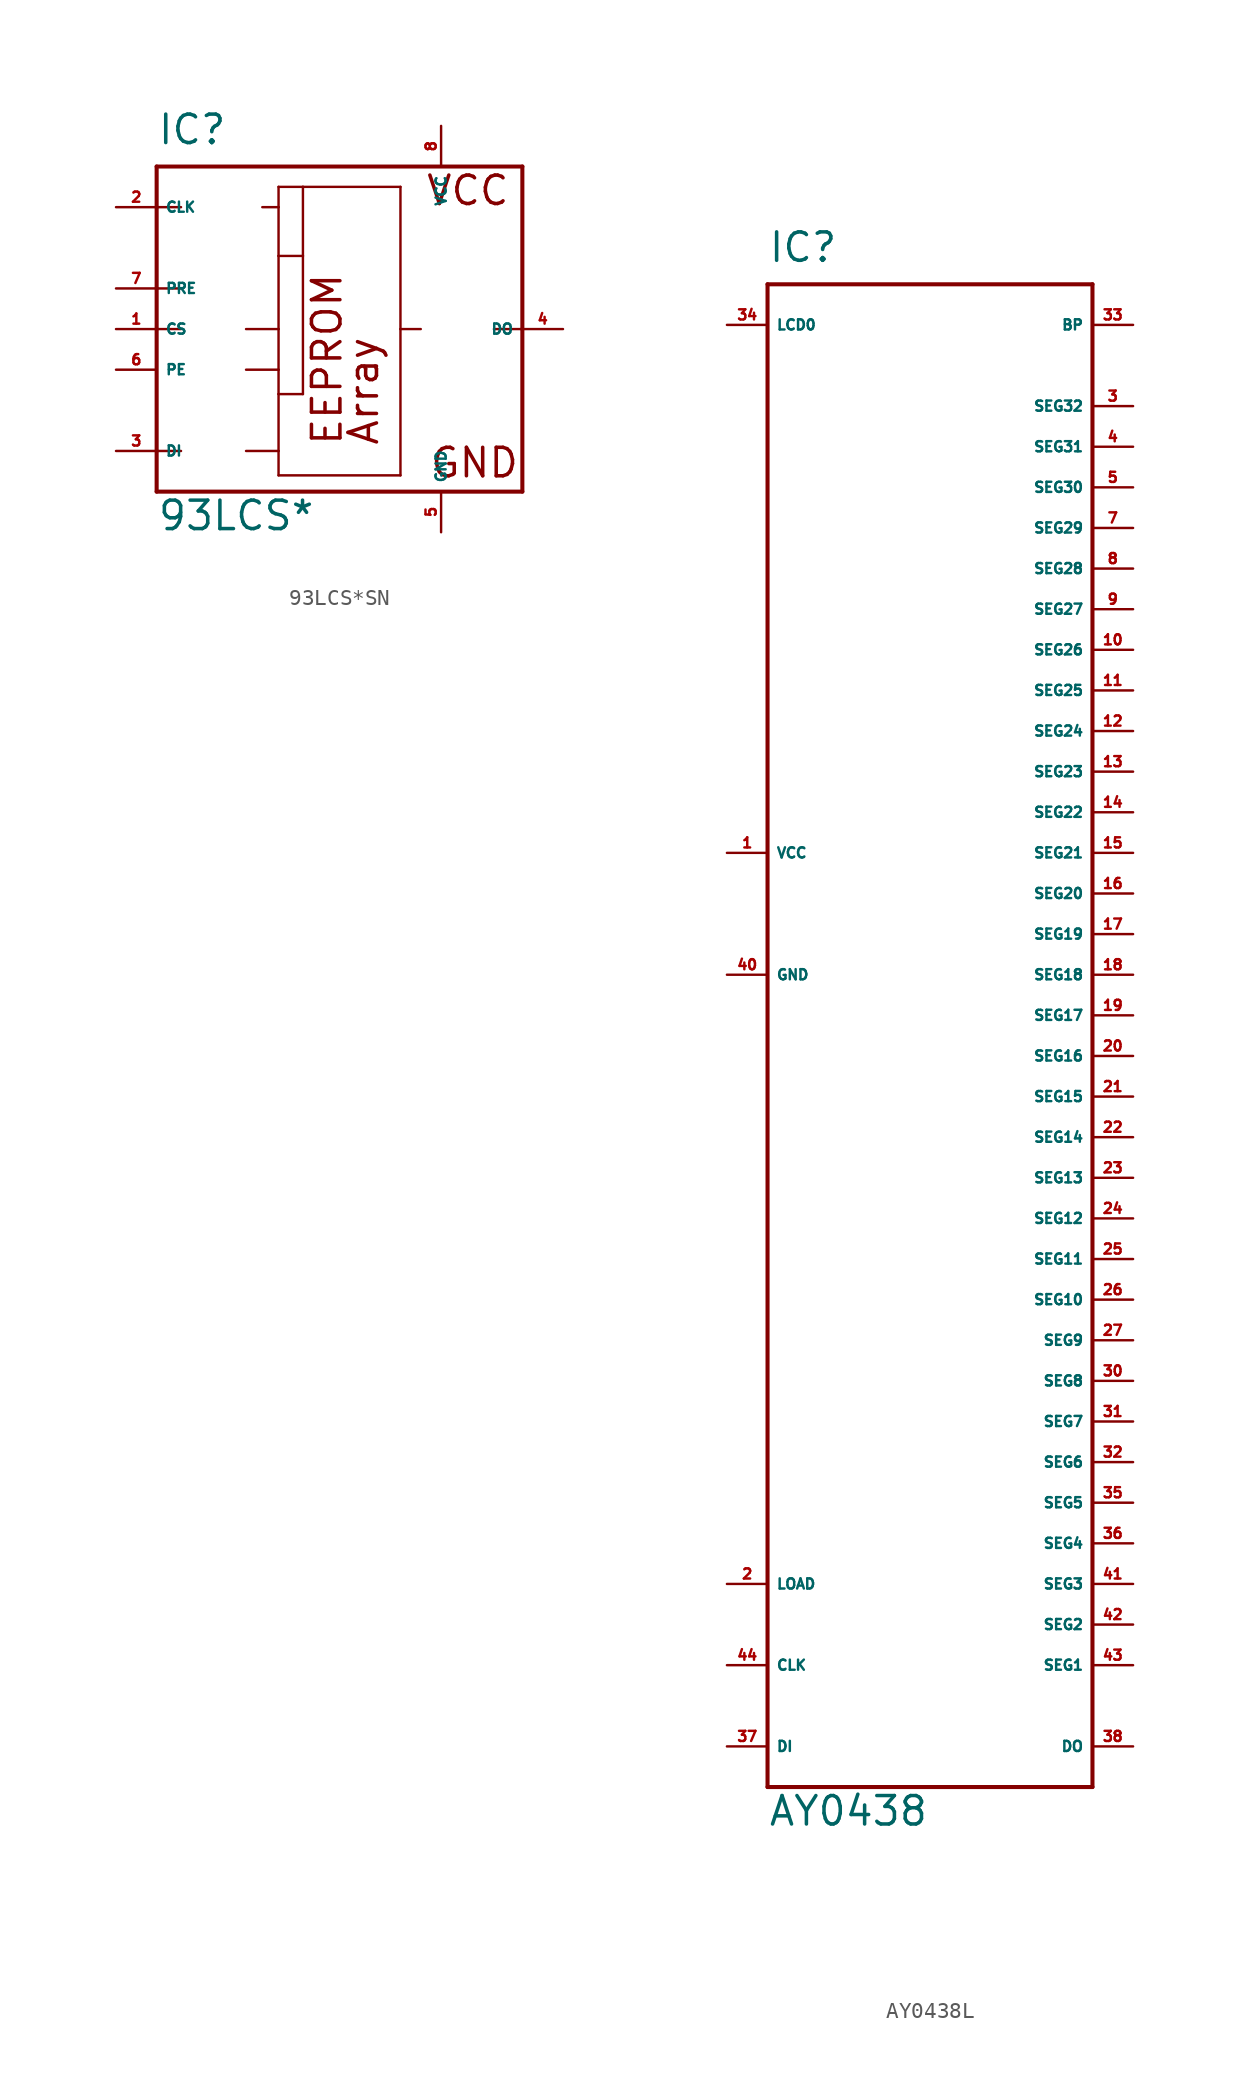
<source format=kicad_sym>
(kicad_symbol_lib
  (version 20220914)
  (generator Eagle2Kicad)
  (symbol "93LCS*SN"
    (property "Reference" "IC"
      (at -10.16 11.43 0)
      (effects (font (size 1.778 1.778) (thickness 0.22)) (justify left bottom)))
    (property "Value" "93LCS*"
      (at -10.16 -12.7 0)
      (effects (font (size 1.778 1.778) (thickness 0.22)) (justify left bottom)))
    (polyline
      (pts (xy -10.16 10.16) (xy 12.7 10.16))
      (stroke (width 0.254) (type default))
      (fill (type none)))
    (polyline
      (pts (xy 12.7 10.16) (xy 12.7 0))
      (stroke (width 0.254) (type default))
      (fill (type none)))
    (polyline
      (pts (xy 12.7 0) (xy 12.7 -10.16))
      (stroke (width 0.254) (type default))
      (fill (type none)))
    (polyline
      (pts (xy 12.7 -10.16) (xy -10.16 -10.16))
      (stroke (width 0.254) (type default))
      (fill (type none)))
    (polyline
      (pts (xy -10.16 -10.16) (xy -10.16 -7.62))
      (stroke (width 0.254) (type default))
      (fill (type none)))
    (polyline
      (pts (xy -10.16 -7.62) (xy -10.16 0))
      (stroke (width 0.254) (type default))
      (fill (type none)))
    (polyline
      (pts (xy -10.16 0) (xy -10.16 2.54))
      (stroke (width 0.254) (type default))
      (fill (type none)))
    (polyline
      (pts (xy -10.16 2.54) (xy -10.16 7.62))
      (stroke (width 0.254) (type default))
      (fill (type none)))
    (polyline
      (pts (xy -10.16 7.62) (xy -10.16 10.16))
      (stroke (width 0.254) (type default))
      (fill (type none)))
    (polyline
      (pts (xy -2.54 8.89) (xy -1.016 8.89))
      (stroke (width 0.152) (type default))
      (fill (type none)))
    (polyline
      (pts (xy -1.016 8.89) (xy 5.08 8.89))
      (stroke (width 0.152) (type default))
      (fill (type none)))
    (polyline
      (pts (xy 5.08 8.89) (xy 5.08 0))
      (stroke (width 0.152) (type default))
      (fill (type none)))
    (polyline
      (pts (xy 5.08 0) (xy 5.08 -9.144))
      (stroke (width 0.152) (type default))
      (fill (type none)))
    (polyline
      (pts (xy 5.08 -9.144) (xy -2.54 -9.144))
      (stroke (width 0.152) (type default))
      (fill (type none)))
    (polyline
      (pts (xy -2.54 -9.144) (xy -2.54 -7.62))
      (stroke (width 0.152) (type default))
      (fill (type none)))
    (polyline
      (pts (xy -2.54 -7.62) (xy -2.54 -4.064))
      (stroke (width 0.152) (type default))
      (fill (type none)))
    (polyline
      (pts (xy -2.54 -4.064) (xy -2.54 -2.54))
      (stroke (width 0.152) (type default))
      (fill (type none)))
    (polyline
      (pts (xy -2.54 -2.54) (xy -2.54 0))
      (stroke (width 0.152) (type default))
      (fill (type none)))
    (polyline
      (pts (xy -2.54 0) (xy -2.54 4.572))
      (stroke (width 0.152) (type default))
      (fill (type none)))
    (polyline
      (pts (xy -2.54 4.572) (xy -2.54 7.62))
      (stroke (width 0.152) (type default))
      (fill (type none)))
    (polyline
      (pts (xy -2.54 7.62) (xy -2.54 8.89))
      (stroke (width 0.152) (type default))
      (fill (type none)))
    (polyline
      (pts (xy -10.16 0) (xy -8.636 0))
      (stroke (width 0.152) (type default))
      (fill (type none)))
    (polyline
      (pts (xy -10.16 -7.62) (xy -8.636 -7.62))
      (stroke (width 0.152) (type default))
      (fill (type none)))
    (polyline
      (pts (xy -10.16 7.62) (xy -8.636 7.62))
      (stroke (width 0.152) (type default))
      (fill (type none)))
    (polyline
      (pts (xy -3.556 7.62) (xy -2.54 7.62))
      (stroke (width 0.152) (type default))
      (fill (type none)))
    (polyline
      (pts (xy 12.7 0) (xy 10.922 0))
      (stroke (width 0.152) (type default))
      (fill (type none)))
    (polyline
      (pts (xy 6.35 0) (xy 5.08 0))
      (stroke (width 0.152) (type default))
      (fill (type none)))
    (polyline
      (pts (xy -1.016 4.572) (xy -1.016 -4.064))
      (stroke (width 0.152) (type default))
      (fill (type none)))
    (polyline
      (pts (xy -10.16 2.54) (xy -8.636 2.54))
      (stroke (width 0.152) (type default))
      (fill (type none)))
    (polyline
      (pts (xy -4.572 0) (xy -2.54 0))
      (stroke (width 0.152) (type default))
      (fill (type none)))
    (polyline
      (pts (xy -2.54 4.572) (xy -1.016 4.572))
      (stroke (width 0.152) (type default))
      (fill (type none)))
    (polyline
      (pts (xy -4.572 -2.54) (xy -2.54 -2.54))
      (stroke (width 0.152) (type default))
      (fill (type none)))
    (polyline
      (pts (xy -2.54 -4.064) (xy -1.016 -4.064))
      (stroke (width 0.152) (type default))
      (fill (type none)))
    (polyline
      (pts (xy -1.016 8.89) (xy -1.016 4.572))
      (stroke (width 0.152) (type default))
      (fill (type none)))
    (polyline
      (pts (xy -4.572 -7.62) (xy -2.54 -7.62))
      (stroke (width 0.152) (type default))
      (fill (type none)))
    (text "Array"
      (at 3.81 -7.366 900)
      (effects (font (size 1.778 1.778) (thickness 0.22)) (justify left bottom)))
    (text "VCC"
      (at 6.604 7.62 0)
      (effects (font (size 1.778 1.778) (thickness 0.22)) (justify left bottom)))
    (text "GND"
      (at 6.858 -9.398 0)
      (effects (font (size 1.778 1.778) (thickness 0.22)) (justify left bottom)))
    (text "EEPROM"
      (at 1.524 -7.366 900)
      (effects (font (size 1.778 1.778) (thickness 0.22)) (justify left bottom)))
    (pin unspecified line
      (at 7.62 12.7 270)
      (length 2.54)
      (name "VCC" (effects (font (size 0.635 0.635) (thickness 0.08)) (justify left bottom)))
      (number "8" (effects (font (size 0.635 0.635) (thickness 0.08)) (justify left bottom))))
    (pin unspecified line
      (at 7.62 -12.7 90)
      (length 2.54)
      (name "GND" (effects (font (size 0.635 0.635) (thickness 0.08)) (justify left bottom)))
      (number "5" (effects (font (size 0.635 0.635) (thickness 0.08)) (justify left bottom))))
    (pin input line
      (at -12.7 7.62 0)
      (length 2.54)
      (name "CLK" (effects (font (size 0.635 0.635) (thickness 0.08)) (justify left bottom)))
      (number "2" (effects (font (size 0.635 0.635) (thickness 0.08)) (justify left bottom))))
    (pin tri_state line
      (at 15.24 0 180)
      (length 2.54)
      (name "DO" (effects (font (size 0.635 0.635) (thickness 0.08)) (justify left bottom)))
      (number "4" (effects (font (size 0.635 0.635) (thickness 0.08)) (justify left bottom))))
    (pin input line
      (at -12.7 2.54 0)
      (length 2.54)
      (name "PRE" (effects (font (size 0.635 0.635) (thickness 0.08)) (justify left bottom)))
      (number "7" (effects (font (size 0.635 0.635) (thickness 0.08)) (justify left bottom))))
    (pin input line
      (at -12.7 -2.54 0)
      (length 2.54)
      (name "PE" (effects (font (size 0.635 0.635) (thickness 0.08)) (justify left bottom)))
      (number "6" (effects (font (size 0.635 0.635) (thickness 0.08)) (justify left bottom))))
    (pin input line
      (at -12.7 -7.62 0)
      (length 2.54)
      (name "DI" (effects (font (size 0.635 0.635) (thickness 0.08)) (justify left bottom)))
      (number "3" (effects (font (size 0.635 0.635) (thickness 0.08)) (justify left bottom))))
    (pin input line
      (at -12.7 0 0)
      (length 2.54)
      (name "CS" (effects (font (size 0.635 0.635) (thickness 0.08)) (justify left bottom)))
      (number "1" (effects (font (size 0.635 0.635) (thickness 0.08)) (justify left bottom)))))
  (symbol "AY0438L"
    (property "Reference" "IC"
      (at -10.16 46.99 0)
      (effects (font (size 1.778 1.778) (thickness 0.22)) (justify left bottom)))
    (property "Value" "AY0438"
      (at -10.16 -50.8 0)
      (effects (font (size 1.778 1.778) (thickness 0.22)) (justify left bottom)))
    (polyline
      (pts (xy 10.16 45.72) (xy -10.16 45.72))
      (stroke (width 0.254) (type default))
      (fill (type none)))
    (polyline
      (pts (xy -10.16 45.72) (xy -10.16 -48.26))
      (stroke (width 0.254) (type default))
      (fill (type none)))
    (polyline
      (pts (xy -10.16 -48.26) (xy 10.16 -48.26))
      (stroke (width 0.254) (type default))
      (fill (type none)))
    (polyline
      (pts (xy 10.16 -48.26) (xy 10.16 45.72))
      (stroke (width 0.254) (type default))
      (fill (type none)))
    (pin output line
      (at 12.7 -40.64 180)
      (length 2.54)
      (name "SEG1" (effects (font (size 0.635 0.635) (thickness 0.08)) (justify left bottom)))
      (number "43" (effects (font (size 0.635 0.635) (thickness 0.08)) (justify left bottom))))
    (pin output line
      (at 12.7 -38.1 180)
      (length 2.54)
      (name "SEG2" (effects (font (size 0.635 0.635) (thickness 0.08)) (justify left bottom)))
      (number "42" (effects (font (size 0.635 0.635) (thickness 0.08)) (justify left bottom))))
    (pin output line
      (at 12.7 -35.56 180)
      (length 2.54)
      (name "SEG3" (effects (font (size 0.635 0.635) (thickness 0.08)) (justify left bottom)))
      (number "41" (effects (font (size 0.635 0.635) (thickness 0.08)) (justify left bottom))))
    (pin output line
      (at 12.7 -33.02 180)
      (length 2.54)
      (name "SEG4" (effects (font (size 0.635 0.635) (thickness 0.08)) (justify left bottom)))
      (number "36" (effects (font (size 0.635 0.635) (thickness 0.08)) (justify left bottom))))
    (pin output line
      (at 12.7 -30.48 180)
      (length 2.54)
      (name "SEG5" (effects (font (size 0.635 0.635) (thickness 0.08)) (justify left bottom)))
      (number "35" (effects (font (size 0.635 0.635) (thickness 0.08)) (justify left bottom))))
    (pin output line
      (at 12.7 -27.94 180)
      (length 2.54)
      (name "SEG6" (effects (font (size 0.635 0.635) (thickness 0.08)) (justify left bottom)))
      (number "32" (effects (font (size 0.635 0.635) (thickness 0.08)) (justify left bottom))))
    (pin output line
      (at 12.7 -25.4 180)
      (length 2.54)
      (name "SEG7" (effects (font (size 0.635 0.635) (thickness 0.08)) (justify left bottom)))
      (number "31" (effects (font (size 0.635 0.635) (thickness 0.08)) (justify left bottom))))
    (pin output line
      (at 12.7 -22.86 180)
      (length 2.54)
      (name "SEG8" (effects (font (size 0.635 0.635) (thickness 0.08)) (justify left bottom)))
      (number "30" (effects (font (size 0.635 0.635) (thickness 0.08)) (justify left bottom))))
    (pin output line
      (at 12.7 -20.32 180)
      (length 2.54)
      (name "SEG9" (effects (font (size 0.635 0.635) (thickness 0.08)) (justify left bottom)))
      (number "27" (effects (font (size 0.635 0.635) (thickness 0.08)) (justify left bottom))))
    (pin output line
      (at 12.7 -17.78 180)
      (length 2.54)
      (name "SEG10" (effects (font (size 0.635 0.635) (thickness 0.08)) (justify left bottom)))
      (number "26" (effects (font (size 0.635 0.635) (thickness 0.08)) (justify left bottom))))
    (pin output line
      (at 12.7 -15.24 180)
      (length 2.54)
      (name "SEG11" (effects (font (size 0.635 0.635) (thickness 0.08)) (justify left bottom)))
      (number "25" (effects (font (size 0.635 0.635) (thickness 0.08)) (justify left bottom))))
    (pin output line
      (at 12.7 -12.7 180)
      (length 2.54)
      (name "SEG12" (effects (font (size 0.635 0.635) (thickness 0.08)) (justify left bottom)))
      (number "24" (effects (font (size 0.635 0.635) (thickness 0.08)) (justify left bottom))))
    (pin output line
      (at 12.7 -10.16 180)
      (length 2.54)
      (name "SEG13" (effects (font (size 0.635 0.635) (thickness 0.08)) (justify left bottom)))
      (number "23" (effects (font (size 0.635 0.635) (thickness 0.08)) (justify left bottom))))
    (pin output line
      (at 12.7 -7.62 180)
      (length 2.54)
      (name "SEG14" (effects (font (size 0.635 0.635) (thickness 0.08)) (justify left bottom)))
      (number "22" (effects (font (size 0.635 0.635) (thickness 0.08)) (justify left bottom))))
    (pin output line
      (at 12.7 -5.08 180)
      (length 2.54)
      (name "SEG15" (effects (font (size 0.635 0.635) (thickness 0.08)) (justify left bottom)))
      (number "21" (effects (font (size 0.635 0.635) (thickness 0.08)) (justify left bottom))))
    (pin output line
      (at 12.7 -2.54 180)
      (length 2.54)
      (name "SEG16" (effects (font (size 0.635 0.635) (thickness 0.08)) (justify left bottom)))
      (number "20" (effects (font (size 0.635 0.635) (thickness 0.08)) (justify left bottom))))
    (pin output line
      (at 12.7 0 180)
      (length 2.54)
      (name "SEG17" (effects (font (size 0.635 0.635) (thickness 0.08)) (justify left bottom)))
      (number "19" (effects (font (size 0.635 0.635) (thickness 0.08)) (justify left bottom))))
    (pin output line
      (at 12.7 2.54 180)
      (length 2.54)
      (name "SEG18" (effects (font (size 0.635 0.635) (thickness 0.08)) (justify left bottom)))
      (number "18" (effects (font (size 0.635 0.635) (thickness 0.08)) (justify left bottom))))
    (pin output line
      (at 12.7 5.08 180)
      (length 2.54)
      (name "SEG19" (effects (font (size 0.635 0.635) (thickness 0.08)) (justify left bottom)))
      (number "17" (effects (font (size 0.635 0.635) (thickness 0.08)) (justify left bottom))))
    (pin output line
      (at 12.7 7.62 180)
      (length 2.54)
      (name "SEG20" (effects (font (size 0.635 0.635) (thickness 0.08)) (justify left bottom)))
      (number "16" (effects (font (size 0.635 0.635) (thickness 0.08)) (justify left bottom))))
    (pin output line
      (at 12.7 10.16 180)
      (length 2.54)
      (name "SEG21" (effects (font (size 0.635 0.635) (thickness 0.08)) (justify left bottom)))
      (number "15" (effects (font (size 0.635 0.635) (thickness 0.08)) (justify left bottom))))
    (pin output line
      (at 12.7 12.7 180)
      (length 2.54)
      (name "SEG22" (effects (font (size 0.635 0.635) (thickness 0.08)) (justify left bottom)))
      (number "14" (effects (font (size 0.635 0.635) (thickness 0.08)) (justify left bottom))))
    (pin output line
      (at 12.7 15.24 180)
      (length 2.54)
      (name "SEG23" (effects (font (size 0.635 0.635) (thickness 0.08)) (justify left bottom)))
      (number "13" (effects (font (size 0.635 0.635) (thickness 0.08)) (justify left bottom))))
    (pin output line
      (at 12.7 17.78 180)
      (length 2.54)
      (name "SEG24" (effects (font (size 0.635 0.635) (thickness 0.08)) (justify left bottom)))
      (number "12" (effects (font (size 0.635 0.635) (thickness 0.08)) (justify left bottom))))
    (pin output line
      (at 12.7 20.32 180)
      (length 2.54)
      (name "SEG25" (effects (font (size 0.635 0.635) (thickness 0.08)) (justify left bottom)))
      (number "11" (effects (font (size 0.635 0.635) (thickness 0.08)) (justify left bottom))))
    (pin output line
      (at 12.7 22.86 180)
      (length 2.54)
      (name "SEG26" (effects (font (size 0.635 0.635) (thickness 0.08)) (justify left bottom)))
      (number "10" (effects (font (size 0.635 0.635) (thickness 0.08)) (justify left bottom))))
    (pin output line
      (at 12.7 25.4 180)
      (length 2.54)
      (name "SEG27" (effects (font (size 0.635 0.635) (thickness 0.08)) (justify left bottom)))
      (number "9" (effects (font (size 0.635 0.635) (thickness 0.08)) (justify left bottom))))
    (pin output line
      (at 12.7 27.94 180)
      (length 2.54)
      (name "SEG28" (effects (font (size 0.635 0.635) (thickness 0.08)) (justify left bottom)))
      (number "8" (effects (font (size 0.635 0.635) (thickness 0.08)) (justify left bottom))))
    (pin output line
      (at 12.7 30.48 180)
      (length 2.54)
      (name "SEG29" (effects (font (size 0.635 0.635) (thickness 0.08)) (justify left bottom)))
      (number "7" (effects (font (size 0.635 0.635) (thickness 0.08)) (justify left bottom))))
    (pin output line
      (at 12.7 33.02 180)
      (length 2.54)
      (name "SEG30" (effects (font (size 0.635 0.635) (thickness 0.08)) (justify left bottom)))
      (number "5" (effects (font (size 0.635 0.635) (thickness 0.08)) (justify left bottom))))
    (pin output line
      (at 12.7 35.56 180)
      (length 2.54)
      (name "SEG31" (effects (font (size 0.635 0.635) (thickness 0.08)) (justify left bottom)))
      (number "4" (effects (font (size 0.635 0.635) (thickness 0.08)) (justify left bottom))))
    (pin output line
      (at 12.7 38.1 180)
      (length 2.54)
      (name "SEG32" (effects (font (size 0.635 0.635) (thickness 0.08)) (justify left bottom)))
      (number "3" (effects (font (size 0.635 0.635) (thickness 0.08)) (justify left bottom))))
    (pin output line
      (at 12.7 -45.72 180)
      (length 2.54)
      (name "DO" (effects (font (size 0.635 0.635) (thickness 0.08)) (justify left bottom)))
      (number "38" (effects (font (size 0.635 0.635) (thickness 0.08)) (justify left bottom))))
    (pin input line
      (at -12.7 -35.56 0)
      (length 2.54)
      (name "LOAD" (effects (font (size 0.635 0.635) (thickness 0.08)) (justify left bottom)))
      (number "2" (effects (font (size 0.635 0.635) (thickness 0.08)) (justify left bottom))))
    (pin input line
      (at -12.7 43.18 0)
      (length 2.54)
      (name "LCD0" (effects (font (size 0.635 0.635) (thickness 0.08)) (justify left bottom)))
      (number "34" (effects (font (size 0.635 0.635) (thickness 0.08)) (justify left bottom))))
    (pin input line
      (at -12.7 -45.72 0)
      (length 2.54)
      (name "DI" (effects (font (size 0.635 0.635) (thickness 0.08)) (justify left bottom)))
      (number "37" (effects (font (size 0.635 0.635) (thickness 0.08)) (justify left bottom))))
    (pin input line
      (at -12.7 -40.64 0)
      (length 2.54)
      (name "CLK" (effects (font (size 0.635 0.635) (thickness 0.08)) (justify left bottom)))
      (number "44" (effects (font (size 0.635 0.635) (thickness 0.08)) (justify left bottom))))
    (pin unspecified line
      (at -12.7 2.54 0)
      (length 2.54)
      (name "GND" (effects (font (size 0.635 0.635) (thickness 0.08)) (justify left bottom)))
      (number "40" (effects (font (size 0.635 0.635) (thickness 0.08)) (justify left bottom))))
    (pin unspecified line
      (at -12.7 10.16 0)
      (length 2.54)
      (name "VCC" (effects (font (size 0.635 0.635) (thickness 0.08)) (justify left bottom)))
      (number "1" (effects (font (size 0.635 0.635) (thickness 0.08)) (justify left bottom))))
    (pin output line
      (at 12.7 43.18 180)
      (length 2.54)
      (name "BP" (effects (font (size 0.635 0.635) (thickness 0.08)) (justify left bottom)))
      (number "33" (effects (font (size 0.635 0.635) (thickness 0.08)) (justify left bottom))))))
</source>
